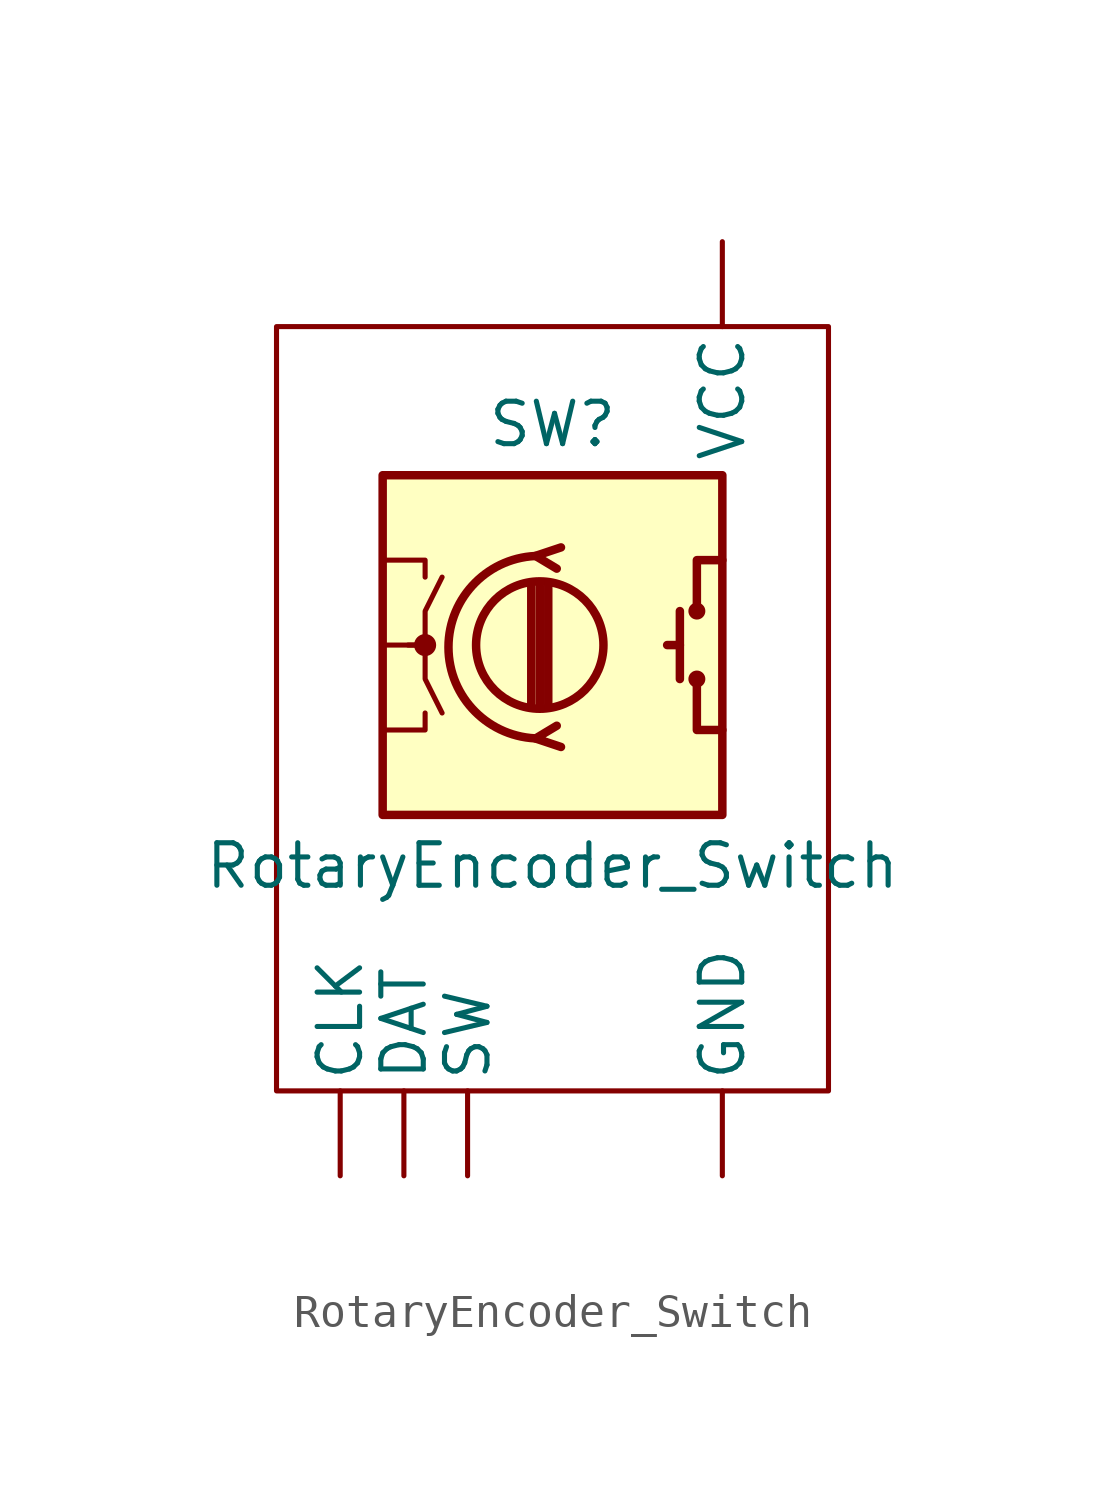
<source format=kicad_sym>
(kicad_symbol_lib
  (version 20220914)
  (generator kicad_symbol_editor)
  (symbol "RotaryEncoder_Switch"
    (pin_names
      (offset 0.254))
    (property "Reference" "SW"
      (at 0 6.604 0)
      (effects (font (size 1.27 1.27))))
    (property "Value" "RotaryEncoder_Switch"
      (at 0 -6.604 0)
      (effects (font (size 1.27 1.27))))
    (symbol "RotaryEncoder_Switch_0_1"
      (rectangle (start -5.08 5.08) (end 5.08 -5.08) (stroke (width 0.254) (type default)) (fill (type background)))
      (circle (center -3.81 0) (radius 0.254) (stroke (width 0) (type default)) (fill (type outline)))
      (circle (center -0.381 0) (radius 1.905) (stroke (width 0.254) (type default)) (fill (type none)))
      (arc (start -0.381 2.667) (mid -3.0988 -0.0635) (end -0.381 -2.794) (stroke (width 0.254) (type default)) (fill (type none)))
      (polyline (pts (xy -0.635 -1.778) (xy -0.635 1.778)) (stroke (width 0.254) (type default)) (fill (type none)))
      (polyline (pts (xy -0.381 -1.778) (xy -0.381 1.778)) (stroke (width 0.254) (type default)) (fill (type none)))
      (polyline (pts (xy -0.127 1.778) (xy -0.127 -1.778)) (stroke (width 0.254) (type default)) (fill (type none)))
      (polyline (pts (xy 3.81 0) (xy 3.429 0)) (stroke (width 0.254) (type default)) (fill (type none)))
      (polyline (pts (xy 3.81 1.016) (xy 3.81 -1.016)) (stroke (width 0.254) (type default)) (fill (type none)))
      (polyline (pts (xy -5.08 -2.54) (xy -3.81 -2.54) (xy -3.81 -2.032)) (stroke (width 0) (type default)) (fill (type none)))
      (polyline (pts (xy -5.08 2.54) (xy -3.81 2.54) (xy -3.81 2.032)) (stroke (width 0) (type default)) (fill (type none)))
      (polyline (pts (xy 0.254 -3.048) (xy -0.508 -2.794) (xy 0.127 -2.413)) (stroke (width 0.254) (type default)) (fill (type none)))
      (polyline (pts (xy 0.254 2.921) (xy -0.508 2.667) (xy 0.127 2.286)) (stroke (width 0.254) (type default)) (fill (type none)))
      (polyline (pts (xy 5.08 -2.54) (xy 4.318 -2.54) (xy 4.318 -1.016)) (stroke (width 0.254) (type default)) (fill (type none)))
      (polyline (pts (xy 5.08 2.54) (xy 4.318 2.54) (xy 4.318 1.016)) (stroke (width 0.254) (type default)) (fill (type none)))
      (polyline (pts (xy -5.08 0) (xy -3.81 0) (xy -3.81 -1.016) (xy -3.302 -2.032)) (stroke (width 0) (type default)) (fill (type none)))
      (polyline (pts (xy -4.318 0) (xy -3.81 0) (xy -3.81 1.016) (xy -3.302 2.032)) (stroke (width 0) (type default)) (fill (type none)))
      (circle (center 4.318 -1.016) (radius 0.127) (stroke (width 0.254) (type default)) (fill (type none)))
      (circle (center 4.318 1.016) (radius 0.127) (stroke (width 0.254) (type default)) (fill (type none))))
    (symbol "RotaryEncoder_Switch_1_1"
      (rectangle (start -8.255 9.525) (end 8.255 -13.335) (stroke (width 0) (type default)) (fill (type none)))
      (pin output line (at -6.35 -15.875 90) (length 2.54) (name "CLK" (effects (font (size 1.27 1.27)))) (number "" (effects (font (size 1.27 1.27)))))
      (pin output line (at -4.445 -15.875 90) (length 2.54) (name "DAT" (effects (font (size 1.27 1.27)))) (number "" (effects (font (size 1.27 1.27)))))
      (pin power_in line (at 5.08 -15.875 90) (length 2.54) (name "GND" (effects (font (size 1.27 1.27)))) (number "" (effects (font (size 1.27 1.27)))))
      (pin output line (at -2.54 -15.875 90) (length 2.54) (name "SW" (effects (font (size 1.27 1.27)))) (number "" (effects (font (size 1.27 1.27)))))
      (pin power_in line (at 5.08 12.065 270) (length 2.54) (name "VCC" (effects (font (size 1.27 1.27)))) (number "" (effects (font (size 1.27 1.27))))))))
</source>
